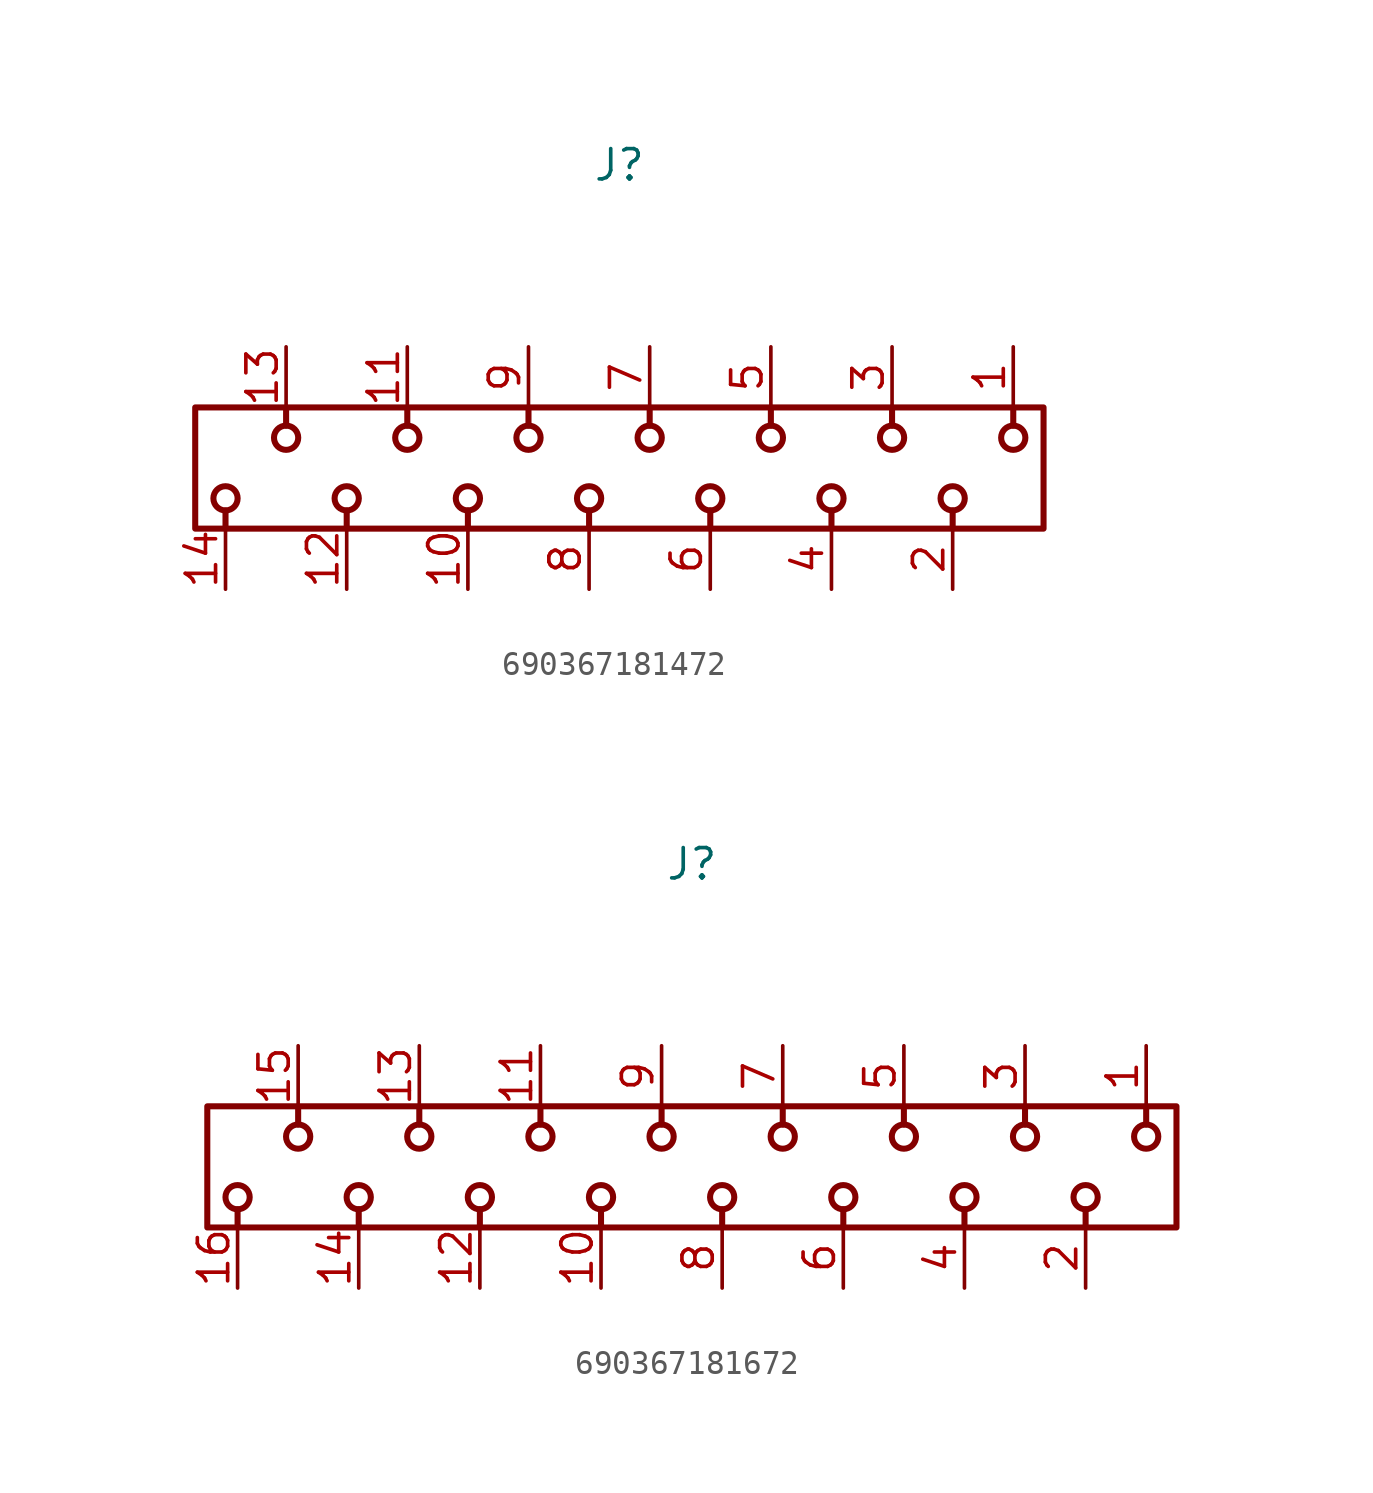
<source format=kicad_sym>
(kicad_symbol_lib
  (version 20241209)
  (generator "kicad_symbol_editor")
  (generator_version "9.0")
  (symbol "690367181472"
    (pin_names
      (hide yes))
    (property "Reference" "J"
      (at 0 12.7 0)
      (effects (font (size 1.27 1.27))))
    (symbol "690367181472_1_1"
      (rectangle (start -17.78 2.54) (end 17.78 -2.54) (stroke (width 0.254) (type solid)) (fill (type none)))
      (circle (center -16.51 -1.27) (radius 0.508) (stroke (width 0.254) (type solid)) (fill (type none)))
      (polyline (pts (xy -16.51 -1.778) (xy -16.51 -2.54)) (stroke (width 0.254) (type solid)) (fill (type none)))
      (polyline (pts (xy -13.97 1.778) (xy -13.97 2.54)) (stroke (width 0.254) (type solid)) (fill (type none)))
      (circle (center -13.97 1.27) (radius 0.508) (stroke (width 0.254) (type solid)) (fill (type none)))
      (circle (center -11.43 -1.27) (radius 0.508) (stroke (width 0.254) (type solid)) (fill (type none)))
      (polyline (pts (xy -11.43 -1.778) (xy -11.43 -2.54)) (stroke (width 0.254) (type solid)) (fill (type none)))
      (polyline (pts (xy -8.89 1.778) (xy -8.89 2.54)) (stroke (width 0.254) (type solid)) (fill (type none)))
      (circle (center -8.89 1.27) (radius 0.508) (stroke (width 0.254) (type solid)) (fill (type none)))
      (circle (center -6.35 -1.27) (radius 0.508) (stroke (width 0.254) (type solid)) (fill (type none)))
      (polyline (pts (xy -6.35 -1.778) (xy -6.35 -2.54)) (stroke (width 0.254) (type solid)) (fill (type none)))
      (polyline (pts (xy -3.81 1.778) (xy -3.81 2.54)) (stroke (width 0.254) (type solid)) (fill (type none)))
      (circle (center -3.81 1.27) (radius 0.508) (stroke (width 0.254) (type solid)) (fill (type none)))
      (circle (center -1.27 -1.27) (radius 0.508) (stroke (width 0.254) (type solid)) (fill (type none)))
      (polyline (pts (xy -1.27 -1.778) (xy -1.27 -2.54)) (stroke (width 0.254) (type solid)) (fill (type none)))
      (polyline (pts (xy 1.27 1.778) (xy 1.27 2.54)) (stroke (width 0.254) (type solid)) (fill (type none)))
      (circle (center 1.27 1.27) (radius 0.508) (stroke (width 0.254) (type solid)) (fill (type none)))
      (circle (center 3.81 -1.27) (radius 0.508) (stroke (width 0.254) (type solid)) (fill (type none)))
      (polyline (pts (xy 3.81 -1.778) (xy 3.81 -2.54)) (stroke (width 0.254) (type solid)) (fill (type none)))
      (polyline (pts (xy 6.35 1.778) (xy 6.35 2.54)) (stroke (width 0.254) (type solid)) (fill (type none)))
      (circle (center 6.35 1.27) (radius 0.508) (stroke (width 0.254) (type solid)) (fill (type none)))
      (circle (center 8.89 -1.27) (radius 0.508) (stroke (width 0.254) (type solid)) (fill (type none)))
      (polyline (pts (xy 8.89 -1.778) (xy 8.89 -2.54)) (stroke (width 0.254) (type solid)) (fill (type none)))
      (polyline (pts (xy 11.43 1.778) (xy 11.43 2.54)) (stroke (width 0.254) (type solid)) (fill (type none)))
      (circle (center 11.43 1.27) (radius 0.508) (stroke (width 0.254) (type solid)) (fill (type none)))
      (circle (center 13.97 -1.27) (radius 0.508) (stroke (width 0.254) (type solid)) (fill (type none)))
      (polyline (pts (xy 13.97 -1.778) (xy 13.97 -2.54)) (stroke (width 0.254) (type solid)) (fill (type none)))
      (polyline (pts (xy 16.51 1.778) (xy 16.51 2.54)) (stroke (width 0.254) (type solid)) (fill (type none)))
      (circle (center 16.51 1.27) (radius 0.508) (stroke (width 0.254) (type solid)) (fill (type none)))
      (pin passive line (at -16.51 -5.08 90) (length 2.54) (name "14" (effects (font (size 1.27 1.27)))) (number "14" (effects (font (size 1.27 1.27)))))
      (pin passive line (at -13.97 5.08 270) (length 2.54) (name "13" (effects (font (size 1.27 1.27)))) (number "13" (effects (font (size 1.27 1.27)))))
      (pin passive line (at -11.43 -5.08 90) (length 2.54) (name "12" (effects (font (size 1.27 1.27)))) (number "12" (effects (font (size 1.27 1.27)))))
      (pin passive line (at -8.89 5.08 270) (length 2.54) (name "11" (effects (font (size 1.27 1.27)))) (number "11" (effects (font (size 1.27 1.27)))))
      (pin passive line (at -6.35 -5.08 90) (length 2.54) (name "10" (effects (font (size 1.27 1.27)))) (number "10" (effects (font (size 1.27 1.27)))))
      (pin passive line (at -3.81 5.08 270) (length 2.54) (name "9" (effects (font (size 1.27 1.27)))) (number "9" (effects (font (size 1.27 1.27)))))
      (pin passive line (at -1.27 -5.08 90) (length 2.54) (name "8" (effects (font (size 1.27 1.27)))) (number "8" (effects (font (size 1.27 1.27)))))
      (pin passive line (at 1.27 5.08 270) (length 2.54) (name "7" (effects (font (size 1.27 1.27)))) (number "7" (effects (font (size 1.27 1.27)))))
      (pin passive line (at 3.81 -5.08 90) (length 2.54) (name "6" (effects (font (size 1.27 1.27)))) (number "6" (effects (font (size 1.27 1.27)))))
      (pin passive line (at 6.35 5.08 270) (length 2.54) (name "5" (effects (font (size 1.27 1.27)))) (number "5" (effects (font (size 1.27 1.27)))))
      (pin passive line (at 8.89 -5.08 90) (length 2.54) (name "4" (effects (font (size 1.27 1.27)))) (number "4" (effects (font (size 1.27 1.27)))))
      (pin passive line (at 11.43 5.08 270) (length 2.54) (name "3" (effects (font (size 1.27 1.27)))) (number "3" (effects (font (size 1.27 1.27)))))
      (pin passive line (at 13.97 -5.08 90) (length 2.54) (name "2" (effects (font (size 1.27 1.27)))) (number "2" (effects (font (size 1.27 1.27)))))
      (pin passive line (at 16.51 5.08 270) (length 2.54) (name "1" (effects (font (size 1.27 1.27)))) (number "1" (effects (font (size 1.27 1.27)))))))
  (symbol "690367181672"
    (pin_names
      (hide yes))
    (property "Reference" "J"
      (at 0 12.7 0)
      (effects (font (size 1.27 1.27))))
    (symbol "690367181672_1_1"
      (rectangle (start -20.32 2.54) (end 20.32 -2.54) (stroke (width 0.254) (type solid)) (fill (type none)))
      (circle (center -19.05 -1.27) (radius 0.508) (stroke (width 0.254) (type solid)) (fill (type none)))
      (polyline (pts (xy -19.05 -1.778) (xy -19.05 -2.54)) (stroke (width 0.254) (type solid)) (fill (type none)))
      (polyline (pts (xy -16.51 1.778) (xy -16.51 2.54)) (stroke (width 0.254) (type solid)) (fill (type none)))
      (circle (center -16.51 1.27) (radius 0.508) (stroke (width 0.254) (type solid)) (fill (type none)))
      (circle (center -13.97 -1.27) (radius 0.508) (stroke (width 0.254) (type solid)) (fill (type none)))
      (polyline (pts (xy -13.97 -1.778) (xy -13.97 -2.54)) (stroke (width 0.254) (type solid)) (fill (type none)))
      (polyline (pts (xy -11.43 1.778) (xy -11.43 2.54)) (stroke (width 0.254) (type solid)) (fill (type none)))
      (circle (center -11.43 1.27) (radius 0.508) (stroke (width 0.254) (type solid)) (fill (type none)))
      (circle (center -8.89 -1.27) (radius 0.508) (stroke (width 0.254) (type solid)) (fill (type none)))
      (polyline (pts (xy -8.89 -1.778) (xy -8.89 -2.54)) (stroke (width 0.254) (type solid)) (fill (type none)))
      (polyline (pts (xy -6.35 1.778) (xy -6.35 2.54)) (stroke (width 0.254) (type solid)) (fill (type none)))
      (circle (center -6.35 1.27) (radius 0.508) (stroke (width 0.254) (type solid)) (fill (type none)))
      (circle (center -3.81 -1.27) (radius 0.508) (stroke (width 0.254) (type solid)) (fill (type none)))
      (polyline (pts (xy -3.81 -1.778) (xy -3.81 -2.54)) (stroke (width 0.254) (type solid)) (fill (type none)))
      (polyline (pts (xy -1.27 1.778) (xy -1.27 2.54)) (stroke (width 0.254) (type solid)) (fill (type none)))
      (circle (center -1.27 1.27) (radius 0.508) (stroke (width 0.254) (type solid)) (fill (type none)))
      (circle (center 1.27 -1.27) (radius 0.508) (stroke (width 0.254) (type solid)) (fill (type none)))
      (polyline (pts (xy 1.27 -1.778) (xy 1.27 -2.54)) (stroke (width 0.254) (type solid)) (fill (type none)))
      (polyline (pts (xy 3.81 1.778) (xy 3.81 2.54)) (stroke (width 0.254) (type solid)) (fill (type none)))
      (circle (center 3.81 1.27) (radius 0.508) (stroke (width 0.254) (type solid)) (fill (type none)))
      (circle (center 6.35 -1.27) (radius 0.508) (stroke (width 0.254) (type solid)) (fill (type none)))
      (polyline (pts (xy 6.35 -1.778) (xy 6.35 -2.54)) (stroke (width 0.254) (type solid)) (fill (type none)))
      (polyline (pts (xy 8.89 1.778) (xy 8.89 2.54)) (stroke (width 0.254) (type solid)) (fill (type none)))
      (circle (center 8.89 1.27) (radius 0.508) (stroke (width 0.254) (type solid)) (fill (type none)))
      (circle (center 11.43 -1.27) (radius 0.508) (stroke (width 0.254) (type solid)) (fill (type none)))
      (polyline (pts (xy 11.43 -1.778) (xy 11.43 -2.54)) (stroke (width 0.254) (type solid)) (fill (type none)))
      (polyline (pts (xy 13.97 1.778) (xy 13.97 2.54)) (stroke (width 0.254) (type solid)) (fill (type none)))
      (circle (center 13.97 1.27) (radius 0.508) (stroke (width 0.254) (type solid)) (fill (type none)))
      (circle (center 16.51 -1.27) (radius 0.508) (stroke (width 0.254) (type solid)) (fill (type none)))
      (polyline (pts (xy 16.51 -1.778) (xy 16.51 -2.54)) (stroke (width 0.254) (type solid)) (fill (type none)))
      (polyline (pts (xy 19.05 1.778) (xy 19.05 2.54)) (stroke (width 0.254) (type solid)) (fill (type none)))
      (circle (center 19.05 1.27) (radius 0.508) (stroke (width 0.254) (type solid)) (fill (type none)))
      (pin passive line (at -19.05 -5.08 90) (length 2.54) (name "16" (effects (font (size 1.27 1.27)))) (number "16" (effects (font (size 1.27 1.27)))))
      (pin passive line (at -16.51 5.08 270) (length 2.54) (name "15" (effects (font (size 1.27 1.27)))) (number "15" (effects (font (size 1.27 1.27)))))
      (pin passive line (at -13.97 -5.08 90) (length 2.54) (name "14" (effects (font (size 1.27 1.27)))) (number "14" (effects (font (size 1.27 1.27)))))
      (pin passive line (at -11.43 5.08 270) (length 2.54) (name "13" (effects (font (size 1.27 1.27)))) (number "13" (effects (font (size 1.27 1.27)))))
      (pin passive line (at -8.89 -5.08 90) (length 2.54) (name "12" (effects (font (size 1.27 1.27)))) (number "12" (effects (font (size 1.27 1.27)))))
      (pin passive line (at -6.35 5.08 270) (length 2.54) (name "11" (effects (font (size 1.27 1.27)))) (number "11" (effects (font (size 1.27 1.27)))))
      (pin passive line (at -3.81 -5.08 90) (length 2.54) (name "10" (effects (font (size 1.27 1.27)))) (number "10" (effects (font (size 1.27 1.27)))))
      (pin passive line (at -1.27 5.08 270) (length 2.54) (name "9" (effects (font (size 1.27 1.27)))) (number "9" (effects (font (size 1.27 1.27)))))
      (pin passive line (at 1.27 -5.08 90) (length 2.54) (name "8" (effects (font (size 1.27 1.27)))) (number "8" (effects (font (size 1.27 1.27)))))
      (pin passive line (at 3.81 5.08 270) (length 2.54) (name "7" (effects (font (size 1.27 1.27)))) (number "7" (effects (font (size 1.27 1.27)))))
      (pin passive line (at 6.35 -5.08 90) (length 2.54) (name "6" (effects (font (size 1.27 1.27)))) (number "6" (effects (font (size 1.27 1.27)))))
      (pin passive line (at 8.89 5.08 270) (length 2.54) (name "5" (effects (font (size 1.27 1.27)))) (number "5" (effects (font (size 1.27 1.27)))))
      (pin passive line (at 11.43 -5.08 90) (length 2.54) (name "4" (effects (font (size 1.27 1.27)))) (number "4" (effects (font (size 1.27 1.27)))))
      (pin passive line (at 13.97 5.08 270) (length 2.54) (name "3" (effects (font (size 1.27 1.27)))) (number "3" (effects (font (size 1.27 1.27)))))
      (pin passive line (at 16.51 -5.08 90) (length 2.54) (name "2" (effects (font (size 1.27 1.27)))) (number "2" (effects (font (size 1.27 1.27)))))
      (pin passive line (at 19.05 5.08 270) (length 2.54) (name "1" (effects (font (size 1.27 1.27)))) (number "1" (effects (font (size 1.27 1.27))))))))
</source>
